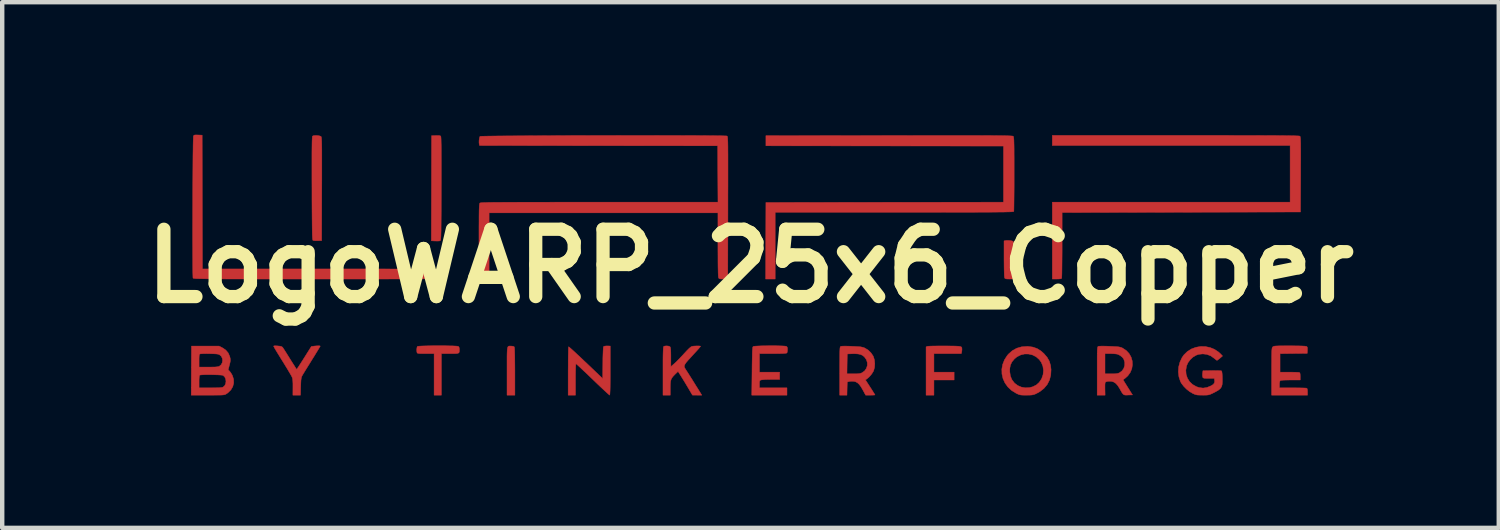
<source format=kicad_pcb>
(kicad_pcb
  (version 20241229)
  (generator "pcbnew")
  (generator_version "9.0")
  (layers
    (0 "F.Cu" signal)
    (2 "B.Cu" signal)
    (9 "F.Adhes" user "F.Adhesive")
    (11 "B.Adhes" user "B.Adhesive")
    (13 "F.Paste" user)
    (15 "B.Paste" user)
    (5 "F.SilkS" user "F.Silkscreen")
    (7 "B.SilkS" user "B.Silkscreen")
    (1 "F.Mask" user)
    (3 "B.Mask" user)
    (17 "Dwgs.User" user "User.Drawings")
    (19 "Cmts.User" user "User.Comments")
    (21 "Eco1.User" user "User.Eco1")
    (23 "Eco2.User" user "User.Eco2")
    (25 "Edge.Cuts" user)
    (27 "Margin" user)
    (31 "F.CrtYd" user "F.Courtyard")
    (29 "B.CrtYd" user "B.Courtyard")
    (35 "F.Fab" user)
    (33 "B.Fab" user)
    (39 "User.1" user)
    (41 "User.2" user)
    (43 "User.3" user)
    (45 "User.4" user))
  (footprint "LogoWARP_25x6_Copper"
    (layer "F.Cu")
    (at 13.941 2.975)
    (property "Reference" "LogoWARP_25x6_Copper" (at 0 0 0) (layer "F.SilkS") (effects (font (size 1.524 1.524) (thickness 0.3))))
    (attr smd)
    (fp_poly (pts (xy -5.426 1.81) (xy -5.413 1.81) (xy -5.37 1.815) (xy -5.347 1.829) (xy -5.346 1.829) (xy -5.344 1.846) (xy -5.341 1.886) (xy -5.339 1.948) (xy -5.337 2.028) (xy -5.336 2.126) (xy -5.335 2.238) (xy -5.334 2.363) (xy -5.334 2.384) (xy -5.334 2.921) (xy -5.512 2.921) (xy -5.512 2.375) (xy -5.512 2.24) (xy -5.512 2.128) (xy -5.512 2.038) (xy -5.51 1.966) (xy -5.508 1.911) (xy -5.504 1.871) (xy -5.498 1.843) (xy -5.49 1.824) (xy -5.479 1.814) (xy -5.465 1.81) (xy -5.447 1.809) (xy -5.426 1.81)) (stroke (width 0.01) (type solid)) (fill yes) (layer "F.Cu"))
    (fp_poly (pts (xy 4.385 1.807) (xy 4.4 1.807) (xy 4.509 1.808) (xy 4.596 1.809) (xy 4.662 1.811) (xy 4.711 1.814) (xy 4.746 1.819) (xy 4.768 1.826) (xy 4.78 1.837) (xy 4.786 1.85) (xy 4.787 1.868) (xy 4.788 1.886) (xy 4.785 1.924) (xy 4.78 1.953) (xy 4.772 1.981) (xy 4.153 1.981) (xy 4.153 2.4) (xy 4.61 2.4) (xy 4.61 2.578) (xy 4.153 2.578) (xy 4.153 2.921) (xy 3.975 2.921) (xy 3.975 1.828) (xy 4.006 1.816) (xy 4.026 1.813) (xy 4.069 1.811) (xy 4.129 1.809) (xy 4.205 1.808) (xy 4.291 1.807) (xy 4.385 1.807)) (stroke (width 0.01) (type solid)) (fill yes) (layer "F.Cu"))
    (fp_poly (pts (xy 5.852 -0.581) (xy 5.896 -0.576) (xy 5.932 -0.567) (xy 5.949 -0.559) (xy 5.952 -0.543) (xy 5.955 -0.506) (xy 5.958 -0.451) (xy 5.961 -0.382) (xy 5.964 -0.302) (xy 5.966 -0.216) (xy 5.967 -0.127) (xy 5.968 -0.039) (xy 5.969 0.045) (xy 5.969 0.121) (xy 5.968 0.184) (xy 5.966 0.232) (xy 5.964 0.26) (xy 5.963 0.263) (xy 5.957 0.278) (xy 5.946 0.287) (xy 5.923 0.291) (xy 5.882 0.292) (xy 5.861 0.292) (xy 5.811 0.291) (xy 5.78 0.287) (xy 5.763 0.279) (xy 5.754 0.268) (xy 5.75 0.247) (xy 5.746 0.203) (xy 5.744 0.136) (xy 5.742 0.048) (xy 5.741 -0.06) (xy 5.74 -0.164) (xy 5.74 -0.571) (xy 5.773 -0.579) (xy 5.808 -0.583) (xy 5.852 -0.581)) (stroke (width 0.01) (type solid)) (fill yes) (layer "F.Cu"))
    (fp_poly (pts (xy -7.032 -2.953) (xy -7.014 -2.944) (xy -7.012 -2.942) (xy -7.01 -2.932) (xy -7.007 -2.908) (xy -7.005 -2.87) (xy -7.004 -2.815) (xy -7.002 -2.743) (xy -7.001 -2.653) (xy -7.001 -2.543) (xy -7 -2.413) (xy -7 -2.262) (xy -7 -2.088) (xy -7 -1.891) (xy -7.001 -1.753) (xy -7.001 -1.554) (xy -7.002 -1.379) (xy -7.002 -1.226) (xy -7.003 -1.094) (xy -7.004 -0.982) (xy -7.005 -0.887) (xy -7.005 -0.808) (xy -7.007 -0.744) (xy -7.008 -0.693) (xy -7.01 -0.653) (xy -7.012 -0.624) (xy -7.014 -0.603) (xy -7.017 -0.589) (xy -7.02 -0.581) (xy -7.023 -0.576) (xy -7.027 -0.574) (xy -7.029 -0.573) (xy -7.055 -0.569) (xy -7.096 -0.568) (xy -7.141 -0.569) (xy -7.226 -0.573) (xy -7.223 -1.763) (xy -7.22 -2.953) (xy -7.123 -2.956) (xy -7.068 -2.957) (xy -7.032 -2.953)) (stroke (width 0.01) (type solid)) (fill yes) (layer "F.Cu"))
    (fp_poly (pts (xy -6.998 1.803) (xy -6.906 1.803) (xy -6.821 1.805) (xy -6.746 1.806) (xy -6.685 1.809) (xy -6.641 1.812) (xy -6.617 1.816) (xy -6.616 1.817) (xy -6.599 1.833) (xy -6.592 1.864) (xy -6.591 1.885) (xy -6.591 1.921) (xy -6.594 1.946) (xy -6.603 1.963) (xy -6.622 1.973) (xy -6.655 1.979) (xy -6.705 1.981) (xy -6.775 1.981) (xy -6.802 1.981) (xy -6.998 1.981) (xy -6.998 2.921) (xy -7.163 2.921) (xy -7.163 1.981) (xy -7.352 1.981) (xy -7.426 1.981) (xy -7.479 1.98) (xy -7.514 1.977) (xy -7.535 1.972) (xy -7.546 1.966) (xy -7.549 1.961) (xy -7.555 1.929) (xy -7.556 1.888) (xy -7.552 1.849) (xy -7.544 1.822) (xy -7.541 1.819) (xy -7.525 1.815) (xy -7.487 1.811) (xy -7.43 1.808) (xy -7.359 1.806) (xy -7.277 1.804) (xy -7.187 1.803) (xy -7.093 1.803) (xy -6.998 1.803)) (stroke (width 0.01) (type solid)) (fill yes) (layer "F.Cu"))
    (fp_poly (pts (xy 0.58 1.803) (xy 0.657 1.805) (xy 0.722 1.807) (xy 0.774 1.81) (xy 0.806 1.814) (xy 0.814 1.817) (xy 0.83 1.832) (xy 0.837 1.86) (xy 0.838 1.89) (xy 0.835 1.929) (xy 0.828 1.959) (xy 0.823 1.966) (xy 0.809 1.971) (xy 0.778 1.975) (xy 0.729 1.978) (xy 0.658 1.98) (xy 0.566 1.981) (xy 0.505 1.981) (xy 0.203 1.981) (xy 0.203 2.4) (xy 0.66 2.4) (xy 0.66 2.565) (xy 0.464 2.565) (xy 0.394 2.566) (xy 0.33 2.568) (xy 0.278 2.572) (xy 0.244 2.576) (xy 0.236 2.578) (xy 0.218 2.586) (xy 0.208 2.6) (xy 0.204 2.625) (xy 0.203 2.668) (xy 0.203 2.673) (xy 0.203 2.756) (xy 0.826 2.756) (xy 0.826 2.921) (xy 0.029 2.921) (xy 0.035 2.378) (xy 0.036 2.245) (xy 0.038 2.135) (xy 0.04 2.046) (xy 0.041 1.975) (xy 0.043 1.921) (xy 0.046 1.881) (xy 0.049 1.853) (xy 0.052 1.835) (xy 0.057 1.824) (xy 0.061 1.819) (xy 0.079 1.815) (xy 0.119 1.811) (xy 0.176 1.808) (xy 0.246 1.805) (xy 0.326 1.804) (xy 0.41 1.803) (xy 0.497 1.803) (xy 0.58 1.803)) (stroke (width 0.01) (type solid)) (fill yes) (layer "F.Cu"))
    (fp_poly (pts (xy -9.812 -2.957) (xy -9.768 -2.951) (xy -9.734 -2.941) (xy -9.723 -2.935) (xy -9.72 -2.93) (xy -9.717 -2.922) (xy -9.714 -2.907) (xy -9.712 -2.886) (xy -9.71 -2.856) (xy -9.708 -2.816) (xy -9.707 -2.765) (xy -9.706 -2.7) (xy -9.705 -2.62) (xy -9.705 -2.525) (xy -9.705 -2.411) (xy -9.705 -2.279) (xy -9.705 -2.125) (xy -9.705 -1.949) (xy -9.706 -1.749) (xy -9.706 -1.748) (xy -9.709 -0.578) (xy -9.798 -0.575) (xy -9.845 -0.575) (xy -9.884 -0.578) (xy -9.906 -0.584) (xy -9.906 -0.584) (xy -9.909 -0.588) (xy -9.912 -0.598) (xy -9.915 -0.615) (xy -9.917 -0.64) (xy -9.919 -0.676) (xy -9.921 -0.723) (xy -9.922 -0.782) (xy -9.923 -0.857) (xy -9.924 -0.947) (xy -9.925 -1.054) (xy -9.926 -1.181) (xy -9.927 -1.327) (xy -9.928 -1.496) (xy -9.928 -1.688) (xy -9.928 -1.76) (xy -9.929 -1.968) (xy -9.929 -2.152) (xy -9.929 -2.314) (xy -9.929 -2.453) (xy -9.929 -2.572) (xy -9.928 -2.672) (xy -9.927 -2.754) (xy -9.926 -2.82) (xy -9.924 -2.87) (xy -9.922 -2.907) (xy -9.92 -2.93) (xy -9.917 -2.942) (xy -9.916 -2.943) (xy -9.895 -2.953) (xy -9.857 -2.957) (xy -9.812 -2.957)) (stroke (width 0.01) (type solid)) (fill yes) (layer "F.Cu"))
    (fp_poly (pts (xy 9.95 -2.959) (xy 10.251 -2.959) (xy 10.529 -2.959) (xy 10.783 -2.959) (xy 11.016 -2.958) (xy 11.227 -2.958) (xy 11.418 -2.958) (xy 11.59 -2.957) (xy 11.743 -2.956) (xy 11.878 -2.956) (xy 11.997 -2.955) (xy 12.099 -2.954) (xy 12.186 -2.953) (xy 12.258 -2.952) (xy 12.317 -2.951) (xy 12.363 -2.949) (xy 12.398 -2.948) (xy 12.421 -2.946) (xy 12.434 -2.944) (xy 12.437 -2.943) (xy 12.442 -2.939) (xy 12.445 -2.931) (xy 12.448 -2.917) (xy 12.451 -2.897) (xy 12.453 -2.867) (xy 12.454 -2.827) (xy 12.456 -2.774) (xy 12.456 -2.707) (xy 12.457 -2.624) (xy 12.457 -2.523) (xy 12.457 -2.401) (xy 12.456 -2.259) (xy 12.456 -2.092) (xy 12.456 -2.076) (xy 12.452 -1.226) (xy 7.055 -1.213) (xy 7.055 -0.476) (xy 7.055 -0.342) (xy 7.054 -0.214) (xy 7.053 -0.097) (xy 7.052 0.009) (xy 7.051 0.1) (xy 7.05 0.175) (xy 7.048 0.231) (xy 7.046 0.265) (xy 7.045 0.276) (xy 7.025 0.286) (xy 6.98 0.291) (xy 6.933 0.292) (xy 6.833 0.292) (xy 6.833 -1.448) (xy 12.217 -1.448) (xy 12.217 -2.731) (xy 6.833 -2.731) (xy 6.833 -2.959) (xy 9.624 -2.959) (xy 9.95 -2.959)) (stroke (width 0.01) (type solid)) (fill yes) (layer "F.Cu"))
    (fp_poly (pts (xy -3.175 1.809) (xy -3.175 2.365) (xy -3.175 2.516) (xy -3.176 2.642) (xy -3.177 2.744) (xy -3.179 2.822) (xy -3.182 2.877) (xy -3.185 2.91) (xy -3.188 2.921) (xy -3.188 2.921) (xy -3.2 2.912) (xy -3.228 2.888) (xy -3.27 2.85) (xy -3.325 2.799) (xy -3.389 2.739) (xy -3.462 2.67) (xy -3.541 2.594) (xy -3.571 2.565) (xy -3.651 2.488) (xy -3.726 2.416) (xy -3.794 2.353) (xy -3.852 2.298) (xy -3.898 2.255) (xy -3.931 2.226) (xy -3.949 2.211) (xy -3.951 2.21) (xy -3.954 2.222) (xy -3.957 2.257) (xy -3.959 2.312) (xy -3.961 2.385) (xy -3.962 2.472) (xy -3.962 2.565) (xy -3.962 2.921) (xy -4.128 2.921) (xy -4.128 2.376) (xy -4.127 2.26) (xy -4.127 2.153) (xy -4.126 2.057) (xy -4.124 1.974) (xy -4.123 1.906) (xy -4.121 1.857) (xy -4.119 1.83) (xy -4.118 1.825) (xy -4.107 1.832) (xy -4.08 1.855) (xy -4.038 1.892) (xy -3.984 1.941) (xy -3.92 2.001) (xy -3.847 2.069) (xy -3.767 2.145) (xy -3.727 2.182) (xy -3.346 2.546) (xy -3.343 2.192) (xy -3.342 2.079) (xy -3.339 1.985) (xy -3.336 1.911) (xy -3.333 1.857) (xy -3.329 1.827) (xy -3.326 1.821) (xy -3.305 1.812) (xy -3.265 1.807) (xy -3.244 1.807) (xy -3.175 1.809)) (stroke (width 0.01) (type solid)) (fill yes) (layer "F.Cu"))
    (fp_poly (pts (xy 12.317 1.805) (xy 12.411 1.806) (xy 12.488 1.808) (xy 12.545 1.811) (xy 12.579 1.815) (xy 12.588 1.817) (xy 12.602 1.829) (xy 12.609 1.85) (xy 12.609 1.886) (xy 12.609 1.903) (xy 12.605 1.975) (xy 12.297 1.978) (xy 11.989 1.982) (xy 11.989 2.4) (xy 12.197 2.4) (xy 12.269 2.401) (xy 12.332 2.402) (xy 12.383 2.404) (xy 12.416 2.406) (xy 12.426 2.408) (xy 12.438 2.419) (xy 12.444 2.444) (xy 12.446 2.488) (xy 12.446 2.497) (xy 12.446 2.578) (xy 12.226 2.578) (xy 12.135 2.579) (xy 12.067 2.581) (xy 12.022 2.585) (xy 11.996 2.59) (xy 11.991 2.593) (xy 11.983 2.614) (xy 11.977 2.65) (xy 11.976 2.682) (xy 11.976 2.756) (xy 12.274 2.756) (xy 12.359 2.756) (xy 12.436 2.757) (xy 12.502 2.758) (xy 12.552 2.76) (xy 12.583 2.762) (xy 12.591 2.764) (xy 12.603 2.775) (xy 12.609 2.802) (xy 12.611 2.846) (xy 12.611 2.921) (xy 11.798 2.921) (xy 11.798 2.388) (xy 11.798 2.257) (xy 11.799 2.15) (xy 11.799 2.063) (xy 11.8 1.994) (xy 11.801 1.942) (xy 11.803 1.903) (xy 11.806 1.875) (xy 11.809 1.856) (xy 11.813 1.843) (xy 11.818 1.835) (xy 11.823 1.829) (xy 11.832 1.822) (xy 11.843 1.816) (xy 11.86 1.812) (xy 11.885 1.809) (xy 11.922 1.807) (xy 11.974 1.805) (xy 12.043 1.805) (xy 12.132 1.804) (xy 12.206 1.804) (xy 12.317 1.805)) (stroke (width 0.01) (type solid)) (fill yes) (layer "F.Cu"))
    (fp_poly (pts (xy 6.285 1.818) (xy 6.394 1.833) (xy 6.49 1.867) (xy 6.579 1.923) (xy 6.643 1.98) (xy 6.716 2.065) (xy 6.765 2.152) (xy 6.794 2.249) (xy 6.805 2.343) (xy 6.798 2.466) (xy 6.769 2.579) (xy 6.718 2.68) (xy 6.645 2.767) (xy 6.551 2.841) (xy 6.475 2.883) (xy 6.438 2.9) (xy 6.406 2.91) (xy 6.373 2.917) (xy 6.331 2.92) (xy 6.273 2.921) (xy 6.247 2.921) (xy 6.183 2.921) (xy 6.137 2.919) (xy 6.102 2.914) (xy 6.072 2.905) (xy 6.038 2.89) (xy 6.012 2.877) (xy 5.909 2.813) (xy 5.826 2.735) (xy 5.761 2.644) (xy 5.717 2.546) (xy 5.693 2.441) (xy 5.692 2.392) (xy 5.87 2.392) (xy 5.884 2.487) (xy 5.918 2.57) (xy 5.974 2.644) (xy 5.983 2.653) (xy 6.053 2.705) (xy 6.136 2.74) (xy 6.226 2.755) (xy 6.319 2.75) (xy 6.391 2.731) (xy 6.472 2.69) (xy 6.536 2.633) (xy 6.587 2.557) (xy 6.592 2.548) (xy 6.624 2.456) (xy 6.633 2.361) (xy 6.62 2.268) (xy 6.585 2.181) (xy 6.539 2.116) (xy 6.468 2.053) (xy 6.386 2.011) (xy 6.298 1.99) (xy 6.207 1.989) (xy 6.118 2.01) (xy 6.034 2.052) (xy 5.975 2.101) (xy 5.92 2.167) (xy 5.886 2.237) (xy 5.87 2.317) (xy 5.87 2.392) (xy 5.692 2.392) (xy 5.69 2.334) (xy 5.709 2.227) (xy 5.75 2.122) (xy 5.813 2.024) (xy 5.842 1.99) (xy 5.928 1.914) (xy 6.027 1.859) (xy 6.137 1.827) (xy 6.259 1.818) (xy 6.285 1.818)) (stroke (width 0.01) (type solid)) (fill yes) (layer "F.Cu"))
    (fp_poly (pts (xy -9.755 1.805) (xy -9.741 1.81) (xy -9.741 1.811) (xy -9.747 1.823) (xy -9.766 1.854) (xy -9.794 1.901) (xy -9.831 1.961) (xy -9.874 2.032) (xy -9.923 2.11) (xy -9.936 2.131) (xy -9.987 2.214) (xy -10.035 2.291) (xy -10.078 2.36) (xy -10.113 2.418) (xy -10.139 2.461) (xy -10.154 2.487) (xy -10.155 2.489) (xy -10.164 2.512) (xy -10.171 2.542) (xy -10.177 2.584) (xy -10.18 2.641) (xy -10.183 2.719) (xy -10.183 2.727) (xy -10.188 2.921) (xy -10.36 2.921) (xy -10.359 2.74) (xy -10.359 2.661) (xy -10.362 2.603) (xy -10.366 2.56) (xy -10.373 2.529) (xy -10.38 2.511) (xy -10.392 2.487) (xy -10.416 2.445) (xy -10.449 2.389) (xy -10.489 2.321) (xy -10.536 2.245) (xy -10.583 2.168) (xy -10.643 2.072) (xy -10.69 1.995) (xy -10.727 1.935) (xy -10.754 1.89) (xy -10.773 1.858) (xy -10.785 1.835) (xy -10.792 1.821) (xy -10.795 1.812) (xy -10.795 1.809) (xy -10.783 1.805) (xy -10.753 1.804) (xy -10.71 1.806) (xy -10.704 1.807) (xy -10.65 1.812) (xy -10.616 1.821) (xy -10.596 1.834) (xy -10.593 1.838) (xy -10.58 1.856) (xy -10.557 1.892) (xy -10.525 1.942) (xy -10.486 2.004) (xy -10.443 2.073) (xy -10.427 2.099) (xy -10.384 2.168) (xy -10.345 2.229) (xy -10.313 2.279) (xy -10.29 2.316) (xy -10.276 2.334) (xy -10.274 2.336) (xy -10.266 2.326) (xy -10.246 2.297) (xy -10.217 2.253) (xy -10.18 2.196) (xy -10.137 2.129) (xy -10.105 2.078) (xy -9.942 1.819) (xy -9.884 1.811) (xy -9.833 1.806) (xy -9.788 1.804) (xy -9.755 1.805)) (stroke (width 0.01) (type solid)) (fill yes) (layer "F.Cu"))
    (fp_poly (pts (xy 4.869 -2.957) (xy 5.034 -2.957) (xy 5.181 -2.957) (xy 5.312 -2.956) (xy 5.427 -2.956) (xy 5.528 -2.955) (xy 5.615 -2.954) (xy 5.689 -2.954) (xy 5.752 -2.953) (xy 5.804 -2.952) (xy 5.846 -2.95) (xy 5.879 -2.949) (xy 5.905 -2.947) (xy 5.924 -2.946) (xy 5.937 -2.944) (xy 5.945 -2.942) (xy 5.949 -2.939) (xy 5.949 -2.939) (xy 5.953 -2.933) (xy 5.956 -2.922) (xy 5.959 -2.904) (xy 5.962 -2.878) (xy 5.964 -2.842) (xy 5.965 -2.794) (xy 5.967 -2.731) (xy 5.968 -2.653) (xy 5.968 -2.558) (xy 5.969 -2.443) (xy 5.969 -2.307) (xy 5.969 -2.148) (xy 5.969 -2.089) (xy 5.969 -1.946) (xy 5.969 -1.81) (xy 5.968 -1.683) (xy 5.967 -1.568) (xy 5.966 -1.467) (xy 5.965 -1.381) (xy 5.964 -1.314) (xy 5.963 -1.267) (xy 5.962 -1.242) (xy 5.961 -1.239) (xy 5.959 -1.237) (xy 5.953 -1.235) (xy 5.941 -1.233) (xy 5.925 -1.231) (xy 5.901 -1.229) (xy 5.869 -1.228) (xy 5.829 -1.227) (xy 5.779 -1.226) (xy 5.719 -1.224) (xy 5.646 -1.224) (xy 5.561 -1.223) (xy 5.462 -1.222) (xy 5.349 -1.221) (xy 5.22 -1.221) (xy 5.074 -1.22) (xy 4.91 -1.22) (xy 4.728 -1.22) (xy 4.526 -1.22) (xy 4.303 -1.219) (xy 4.059 -1.219) (xy 3.792 -1.219) (xy 3.502 -1.219) (xy 3.256 -1.219) (xy 0.559 -1.219) (xy 0.559 0.292) (xy 0.343 0.292) (xy 0.346 -0.575) (xy 0.349 -1.441) (xy 3.038 -1.445) (xy 5.728 -1.448) (xy 5.728 -2.718) (xy 0.349 -2.724) (xy 0.349 -2.953) (xy 3.139 -2.956) (xy 3.455 -2.956) (xy 3.746 -2.957) (xy 4.013 -2.957) (xy 4.258 -2.957) (xy 4.482 -2.957) (xy 4.685 -2.957) (xy 4.869 -2.957)) (stroke (width 0.01) (type solid)) (fill yes) (layer "F.Cu"))
    (fp_poly (pts (xy -1.858 1.81) (xy -1.827 1.821) (xy -1.822 1.825) (xy -1.815 1.837) (xy -1.81 1.859) (xy -1.806 1.895) (xy -1.804 1.948) (xy -1.803 2.022) (xy -1.803 2.06) (xy -1.803 2.276) (xy -1.725 2.208) (xy -1.688 2.174) (xy -1.64 2.126) (xy -1.586 2.07) (xy -1.53 2.011) (xy -1.507 1.985) (xy -1.44 1.913) (xy -1.388 1.861) (xy -1.349 1.829) (xy -1.328 1.818) (xy -1.301 1.812) (xy -1.262 1.809) (xy -1.218 1.807) (xy -1.176 1.807) (xy -1.145 1.809) (xy -1.131 1.813) (xy -1.13 1.813) (xy -1.136 1.824) (xy -1.155 1.847) (xy -1.187 1.884) (xy -1.234 1.936) (xy -1.297 2.004) (xy -1.354 2.067) (xy -1.413 2.131) (xy -1.455 2.18) (xy -1.482 2.219) (xy -1.496 2.25) (xy -1.498 2.277) (xy -1.489 2.304) (xy -1.471 2.333) (xy -1.469 2.337) (xy -1.454 2.36) (xy -1.428 2.4) (xy -1.394 2.453) (xy -1.354 2.517) (xy -1.31 2.586) (xy -1.266 2.658) (xy -1.223 2.727) (xy -1.183 2.79) (xy -1.151 2.843) (xy -1.132 2.873) (xy -1.103 2.921) (xy -1.209 2.921) (xy -1.314 2.92) (xy -1.413 2.752) (xy -1.454 2.683) (xy -1.497 2.612) (xy -1.537 2.547) (xy -1.57 2.494) (xy -1.576 2.484) (xy -1.64 2.384) (xy -1.711 2.452) (xy -1.751 2.494) (xy -1.779 2.53) (xy -1.798 2.567) (xy -1.809 2.611) (xy -1.814 2.667) (xy -1.816 2.742) (xy -1.816 2.762) (xy -1.816 2.921) (xy -1.981 2.921) (xy -1.981 2.376) (xy -1.981 2.238) (xy -1.981 2.124) (xy -1.98 2.031) (xy -1.978 1.957) (xy -1.976 1.901) (xy -1.974 1.862) (xy -1.971 1.836) (xy -1.967 1.822) (xy -1.965 1.818) (xy -1.938 1.809) (xy -1.899 1.806) (xy -1.858 1.81)) (stroke (width 0.01) (type solid)) (fill yes) (layer "F.Cu"))
    (fp_poly (pts (xy 8.004 1.811) (xy 8.088 1.813) (xy 8.129 1.815) (xy 8.213 1.819) (xy 8.276 1.822) (xy 8.322 1.826) (xy 8.357 1.832) (xy 8.384 1.839) (xy 8.408 1.848) (xy 8.428 1.858) (xy 8.509 1.912) (xy 8.573 1.981) (xy 8.617 2.06) (xy 8.642 2.145) (xy 8.647 2.234) (xy 8.633 2.323) (xy 8.598 2.407) (xy 8.543 2.483) (xy 8.488 2.533) (xy 8.435 2.574) (xy 8.541 2.744) (xy 8.648 2.915) (xy 8.55 2.918) (xy 8.506 2.92) (xy 8.473 2.918) (xy 8.449 2.908) (xy 8.428 2.889) (xy 8.405 2.856) (xy 8.376 2.805) (xy 8.361 2.777) (xy 8.315 2.704) (xy 8.269 2.653) (xy 8.22 2.622) (xy 8.174 2.609) (xy 8.122 2.606) (xy 8.076 2.611) (xy 8.042 2.622) (xy 8.031 2.632) (xy 8.028 2.65) (xy 8.025 2.687) (xy 8.025 2.738) (xy 8.025 2.784) (xy 8.028 2.921) (xy 7.849 2.921) (xy 7.849 2.438) (xy 8.026 2.438) (xy 8.167 2.438) (xy 8.234 2.438) (xy 8.282 2.434) (xy 8.318 2.428) (xy 8.346 2.418) (xy 8.356 2.413) (xy 8.412 2.371) (xy 8.451 2.315) (xy 8.472 2.248) (xy 8.473 2.178) (xy 8.452 2.109) (xy 8.448 2.1) (xy 8.416 2.06) (xy 8.369 2.023) (xy 8.318 1.997) (xy 8.309 1.994) (xy 8.274 1.988) (xy 8.224 1.984) (xy 8.166 1.981) (xy 8.144 1.981) (xy 8.026 1.981) (xy 8.026 2.438) (xy 7.849 2.438) (xy 7.849 2.375) (xy 7.849 2.243) (xy 7.849 2.134) (xy 7.849 2.046) (xy 7.85 1.976) (xy 7.851 1.922) (xy 7.853 1.883) (xy 7.856 1.855) (xy 7.859 1.837) (xy 7.863 1.826) (xy 7.868 1.82) (xy 7.871 1.817) (xy 7.893 1.813) (xy 7.938 1.811) (xy 8.004 1.811)) (stroke (width 0.01) (type solid)) (fill yes) (layer "F.Cu"))
    (fp_poly (pts (xy 2.253 1.813) (xy 2.293 1.815) (xy 2.378 1.819) (xy 2.443 1.823) (xy 2.491 1.827) (xy 2.527 1.834) (xy 2.557 1.842) (xy 2.583 1.852) (xy 2.584 1.852) (xy 2.66 1.898) (xy 2.726 1.961) (xy 2.776 2.034) (xy 2.783 2.05) (xy 2.806 2.123) (xy 2.814 2.206) (xy 2.809 2.289) (xy 2.79 2.362) (xy 2.783 2.379) (xy 2.744 2.442) (xy 2.693 2.502) (xy 2.638 2.551) (xy 2.631 2.555) (xy 2.602 2.575) (xy 2.711 2.743) (xy 2.748 2.8) (xy 2.779 2.85) (xy 2.803 2.888) (xy 2.817 2.911) (xy 2.819 2.915) (xy 2.808 2.918) (xy 2.776 2.92) (xy 2.732 2.921) (xy 2.713 2.921) (xy 2.607 2.921) (xy 2.551 2.817) (xy 2.506 2.738) (xy 2.464 2.68) (xy 2.422 2.641) (xy 2.379 2.618) (xy 2.344 2.609) (xy 2.296 2.606) (xy 2.25 2.609) (xy 2.236 2.611) (xy 2.191 2.623) (xy 2.187 2.772) (xy 2.184 2.921) (xy 2.019 2.921) (xy 2.019 2.438) (xy 2.184 2.438) (xy 2.331 2.438) (xy 2.399 2.438) (xy 2.448 2.435) (xy 2.484 2.429) (xy 2.512 2.42) (xy 2.527 2.413) (xy 2.585 2.371) (xy 2.624 2.315) (xy 2.645 2.251) (xy 2.645 2.184) (xy 2.624 2.118) (xy 2.582 2.059) (xy 2.58 2.056) (xy 2.539 2.022) (xy 2.492 2) (xy 2.434 1.988) (xy 2.359 1.983) (xy 2.308 1.984) (xy 2.191 1.988) (xy 2.187 2.213) (xy 2.184 2.438) (xy 2.019 2.438) (xy 2.019 2.375) (xy 2.019 2.243) (xy 2.02 2.134) (xy 2.02 2.046) (xy 2.021 1.976) (xy 2.022 1.922) (xy 2.024 1.883) (xy 2.026 1.855) (xy 2.03 1.837) (xy 2.034 1.826) (xy 2.039 1.82) (xy 2.042 1.818) (xy 2.064 1.813) (xy 2.108 1.811) (xy 2.172 1.811) (xy 2.253 1.813)) (stroke (width 0.01) (type solid)) (fill yes) (layer "F.Cu"))
    (fp_poly (pts (xy 10.297 1.821) (xy 10.404 1.843) (xy 10.505 1.884) (xy 10.598 1.946) (xy 10.643 1.988) (xy 10.687 2.034) (xy 10.63 2.084) (xy 10.598 2.11) (xy 10.572 2.128) (xy 10.562 2.134) (xy 10.547 2.126) (xy 10.52 2.105) (xy 10.5 2.088) (xy 10.421 2.032) (xy 10.333 1.998) (xy 10.24 1.987) (xy 10.147 1.997) (xy 10.087 2.018) (xy 10.017 2.06) (xy 9.955 2.119) (xy 9.904 2.187) (xy 9.873 2.258) (xy 9.856 2.356) (xy 9.863 2.451) (xy 9.892 2.538) (xy 9.941 2.616) (xy 10.009 2.68) (xy 10.094 2.728) (xy 10.158 2.75) (xy 10.247 2.761) (xy 10.337 2.747) (xy 10.428 2.709) (xy 10.429 2.709) (xy 10.476 2.679) (xy 10.501 2.647) (xy 10.509 2.609) (xy 10.506 2.581) (xy 10.5 2.54) (xy 10.374 2.54) (xy 10.316 2.54) (xy 10.279 2.538) (xy 10.257 2.534) (xy 10.245 2.526) (xy 10.238 2.513) (xy 10.238 2.511) (xy 10.233 2.481) (xy 10.233 2.44) (xy 10.235 2.426) (xy 10.243 2.369) (xy 10.446 2.365) (xy 10.516 2.365) (xy 10.577 2.366) (xy 10.626 2.367) (xy 10.656 2.37) (xy 10.664 2.372) (xy 10.672 2.39) (xy 10.678 2.434) (xy 10.682 2.502) (xy 10.683 2.541) (xy 10.683 2.621) (xy 10.678 2.683) (xy 10.664 2.731) (xy 10.638 2.77) (xy 10.598 2.804) (xy 10.54 2.839) (xy 10.468 2.876) (xy 10.427 2.895) (xy 10.394 2.908) (xy 10.363 2.916) (xy 10.324 2.92) (xy 10.273 2.921) (xy 10.233 2.921) (xy 10.169 2.92) (xy 10.123 2.918) (xy 10.088 2.912) (xy 10.057 2.902) (xy 10.022 2.887) (xy 10.01 2.881) (xy 9.94 2.839) (xy 9.871 2.784) (xy 9.808 2.72) (xy 9.758 2.655) (xy 9.735 2.614) (xy 9.7 2.508) (xy 9.686 2.395) (xy 9.694 2.281) (xy 9.723 2.171) (xy 9.771 2.069) (xy 9.812 2.01) (xy 9.891 1.933) (xy 9.983 1.875) (xy 10.083 1.838) (xy 10.189 1.819) (xy 10.297 1.821)) (stroke (width 0.01) (type solid)) (fill yes) (layer "F.Cu"))
    (fp_poly (pts (xy -11.957 1.848) (xy -11.88 1.9) (xy -11.824 1.966) (xy -11.789 2.046) (xy -11.785 2.063) (xy -11.777 2.101) (xy -11.776 2.133) (xy -11.78 2.17) (xy -11.791 2.218) (xy -11.797 2.24) (xy -11.825 2.347) (xy -11.792 2.38) (xy -11.768 2.411) (xy -11.742 2.453) (xy -11.728 2.48) (xy -11.702 2.564) (xy -11.7 2.647) (xy -11.721 2.728) (xy -11.764 2.802) (xy -11.829 2.866) (xy -11.863 2.89) (xy -11.878 2.899) (xy -11.892 2.906) (xy -11.909 2.911) (xy -11.932 2.915) (xy -11.963 2.918) (xy -12.007 2.92) (xy -12.066 2.92) (xy -12.143 2.921) (xy -12.24 2.921) (xy -12.287 2.921) (xy -12.662 2.921) (xy -12.66 2.617) (xy -12.484 2.617) (xy -12.484 2.756) (xy -12.229 2.756) (xy -12.135 2.755) (xy -12.063 2.754) (xy -12.01 2.751) (xy -11.973 2.747) (xy -11.948 2.741) (xy -11.94 2.738) (xy -11.904 2.706) (xy -11.882 2.66) (xy -11.875 2.608) (xy -11.882 2.554) (xy -11.904 2.508) (xy -11.941 2.474) (xy -11.941 2.474) (xy -11.962 2.469) (xy -12.004 2.465) (xy -12.06 2.462) (xy -12.127 2.46) (xy -12.199 2.458) (xy -12.272 2.458) (xy -12.339 2.458) (xy -12.398 2.46) (xy -12.442 2.463) (xy -12.466 2.467) (xy -12.468 2.468) (xy -12.476 2.484) (xy -12.481 2.519) (xy -12.484 2.577) (xy -12.484 2.617) (xy -12.66 2.617) (xy -12.659 2.365) (xy -12.658 2.141) (xy -12.484 2.141) (xy -12.484 2.286) (xy -12.274 2.286) (xy -12.189 2.285) (xy -12.126 2.284) (xy -12.08 2.28) (xy -12.049 2.275) (xy -12.027 2.267) (xy -12.026 2.267) (xy -11.985 2.233) (xy -11.96 2.187) (xy -11.952 2.136) (xy -11.959 2.085) (xy -11.983 2.039) (xy -12.021 2.006) (xy -12.048 1.995) (xy -12.078 1.99) (xy -12.125 1.986) (xy -12.185 1.984) (xy -12.25 1.982) (xy -12.316 1.981) (xy -12.377 1.982) (xy -12.426 1.984) (xy -12.458 1.987) (xy -12.464 1.989) (xy -12.473 1.996) (xy -12.479 2.013) (xy -12.482 2.044) (xy -12.484 2.092) (xy -12.484 2.141) (xy -12.658 2.141) (xy -12.656 1.81) (xy -12.031 1.81) (xy -11.957 1.848)) (stroke (width 0.01) (type solid)) (fill yes) (layer "F.Cu"))
    (fp_poly (pts (xy -12.514 -2.969) (xy -12.506 -2.969) (xy -12.414 -2.965) (xy -12.411 -1.451) (xy -12.408 0.064) (xy -9.718 0.064) (xy -9.395 0.064) (xy -9.097 0.064) (xy -8.822 0.064) (xy -8.57 0.064) (xy -8.341 0.064) (xy -8.133 0.065) (xy -7.946 0.065) (xy -7.778 0.066) (xy -7.629 0.067) (xy -7.499 0.067) (xy -7.386 0.068) (xy -7.29 0.069) (xy -7.209 0.07) (xy -7.144 0.072) (xy -7.092 0.073) (xy -7.054 0.074) (xy -7.029 0.076) (xy -7.016 0.078) (xy -7.013 0.079) (xy -7.004 0.1) (xy -6.999 0.138) (xy -6.998 0.184) (xy -7.001 0.227) (xy -7.008 0.261) (xy -7.011 0.268) (xy -7.013 0.27) (xy -7.016 0.273) (xy -7.021 0.275) (xy -7.03 0.277) (xy -7.043 0.279) (xy -7.061 0.281) (xy -7.086 0.283) (xy -7.117 0.284) (xy -7.157 0.285) (xy -7.207 0.287) (xy -7.266 0.288) (xy -7.337 0.288) (xy -7.42 0.289) (xy -7.516 0.29) (xy -7.626 0.29) (xy -7.752 0.291) (xy -7.893 0.291) (xy -8.052 0.291) (xy -8.229 0.292) (xy -8.426 0.292) (xy -8.642 0.292) (xy -8.88 0.292) (xy -9.139 0.292) (xy -9.422 0.292) (xy -9.729 0.292) (xy -9.818 0.292) (xy -10.132 0.292) (xy -10.422 0.292) (xy -10.688 0.292) (xy -10.932 0.292) (xy -11.155 0.292) (xy -11.357 0.292) (xy -11.54 0.291) (xy -11.704 0.291) (xy -11.85 0.291) (xy -11.98 0.29) (xy -12.095 0.29) (xy -12.195 0.289) (xy -12.281 0.288) (xy -12.355 0.287) (xy -12.418 0.286) (xy -12.469 0.285) (xy -12.512 0.284) (xy -12.545 0.283) (xy -12.571 0.281) (xy -12.59 0.279) (xy -12.604 0.277) (xy -12.613 0.275) (xy -12.618 0.273) (xy -12.621 0.271) (xy -12.621 0.27) (xy -12.623 0.253) (xy -12.624 0.213) (xy -12.626 0.151) (xy -12.627 0.07) (xy -12.628 -0.03) (xy -12.628 -0.145) (xy -12.629 -0.275) (xy -12.629 -0.416) (xy -12.63 -0.568) (xy -12.63 -0.729) (xy -12.63 -0.896) (xy -12.629 -1.068) (xy -12.629 -1.243) (xy -12.628 -1.419) (xy -12.628 -1.593) (xy -12.627 -1.766) (xy -12.626 -1.933) (xy -12.625 -2.094) (xy -12.624 -2.247) (xy -12.623 -2.39) (xy -12.622 -2.52) (xy -12.62 -2.637) (xy -12.619 -2.738) (xy -12.617 -2.821) (xy -12.615 -2.884) (xy -12.614 -2.926) (xy -12.612 -2.945) (xy -12.612 -2.945) (xy -12.601 -2.96) (xy -12.586 -2.968) (xy -12.559 -2.97) (xy -12.514 -2.969)) (stroke (width 0.01) (type solid)) (fill yes) (layer "F.Cu"))
    (fp_poly (pts (xy -2.216 -2.958) (xy -2.005 -2.957) (xy -1.803 -2.957) (xy -1.611 -2.957) (xy -1.43 -2.956) (xy -1.261 -2.956) (xy -1.107 -2.955) (xy -0.967 -2.954) (xy -0.845 -2.953) (xy -0.741 -2.952) (xy -0.656 -2.951) (xy -0.592 -2.949) (xy -0.551 -2.948) (xy -0.533 -2.946) (xy -0.533 -2.946) (xy -0.529 -2.944) (xy -0.526 -2.94) (xy -0.523 -2.933) (xy -0.52 -2.922) (xy -0.518 -2.906) (xy -0.516 -2.883) (xy -0.515 -2.852) (xy -0.513 -2.812) (xy -0.512 -2.761) (xy -0.511 -2.698) (xy -0.511 -2.622) (xy -0.51 -2.531) (xy -0.51 -2.424) (xy -0.51 -2.3) (xy -0.51 -2.157) (xy -0.51 -1.994) (xy -0.51 -1.81) (xy -0.511 -1.604) (xy -0.511 -1.374) (xy -0.511 -1.324) (xy -0.514 0.286) (xy -0.609 0.29) (xy -0.661 0.291) (xy -0.692 0.288) (xy -0.711 0.28) (xy -0.72 0.271) (xy -0.724 0.261) (xy -0.727 0.24) (xy -0.73 0.207) (xy -0.732 0.159) (xy -0.733 0.095) (xy -0.735 0.015) (xy -0.736 -0.086) (xy -0.736 -0.206) (xy -0.737 -0.35) (xy -0.737 -0.479) (xy -0.737 -1.206) (xy -5.918 -1.206) (xy -5.918 0.292) (xy -6.017 0.292) (xy -6.073 0.29) (xy -6.113 0.284) (xy -6.132 0.277) (xy -6.135 0.267) (xy -6.138 0.245) (xy -6.14 0.208) (xy -6.142 0.156) (xy -6.143 0.086) (xy -6.145 -0.002) (xy -6.146 -0.11) (xy -6.146 -0.239) (xy -6.147 -0.391) (xy -6.147 -0.567) (xy -6.147 -0.573) (xy -6.147 -0.741) (xy -6.147 -0.885) (xy -6.146 -1.007) (xy -6.146 -1.109) (xy -6.145 -1.194) (xy -6.144 -1.261) (xy -6.142 -1.315) (xy -6.14 -1.355) (xy -6.138 -1.385) (xy -6.135 -1.405) (xy -6.132 -1.418) (xy -6.128 -1.426) (xy -6.127 -1.428) (xy -6.123 -1.43) (xy -6.115 -1.432) (xy -6.102 -1.434) (xy -6.084 -1.436) (xy -6.058 -1.438) (xy -6.025 -1.439) (xy -5.983 -1.44) (xy -5.931 -1.442) (xy -5.868 -1.443) (xy -5.793 -1.444) (xy -5.705 -1.444) (xy -5.604 -1.445) (xy -5.487 -1.446) (xy -5.355 -1.446) (xy -5.206 -1.447) (xy -5.04 -1.447) (xy -4.854 -1.447) (xy -4.649 -1.447) (xy -4.422 -1.448) (xy -4.174 -1.448) (xy -3.903 -1.448) (xy -3.609 -1.448) (xy -3.422 -1.448) (xy -0.736 -1.448) (xy -0.74 -2.086) (xy -0.743 -2.724) (xy -3.438 -2.727) (xy -6.134 -2.731) (xy -6.142 -2.763) (xy -6.146 -2.799) (xy -6.145 -2.844) (xy -6.139 -2.889) (xy -6.13 -2.924) (xy -6.123 -2.938) (xy -6.108 -2.939) (xy -6.07 -2.941) (xy -6.01 -2.942) (xy -5.928 -2.944) (xy -5.826 -2.945) (xy -5.706 -2.947) (xy -5.569 -2.948) (xy -5.416 -2.949) (xy -5.249 -2.95) (xy -5.07 -2.951) (xy -4.879 -2.952) (xy -4.678 -2.953) (xy -4.469 -2.954) (xy -4.253 -2.955) (xy -4.03 -2.956) (xy -3.804 -2.956) (xy -3.575 -2.957) (xy -3.344 -2.957) (xy -3.113 -2.957) (xy -2.883 -2.958) (xy -2.656 -2.958) (xy -2.433 -2.958) (xy -2.216 -2.958)) (stroke (width 0.01) (type solid)) (fill yes) (layer "F.Cu")))
  (gr_rect
    (start -3 -3)
    (end 30.882 8.901)
    (stroke (width 0.1) (type default))
    (fill no)
    (layer "Edge.Cuts")))
</source>
